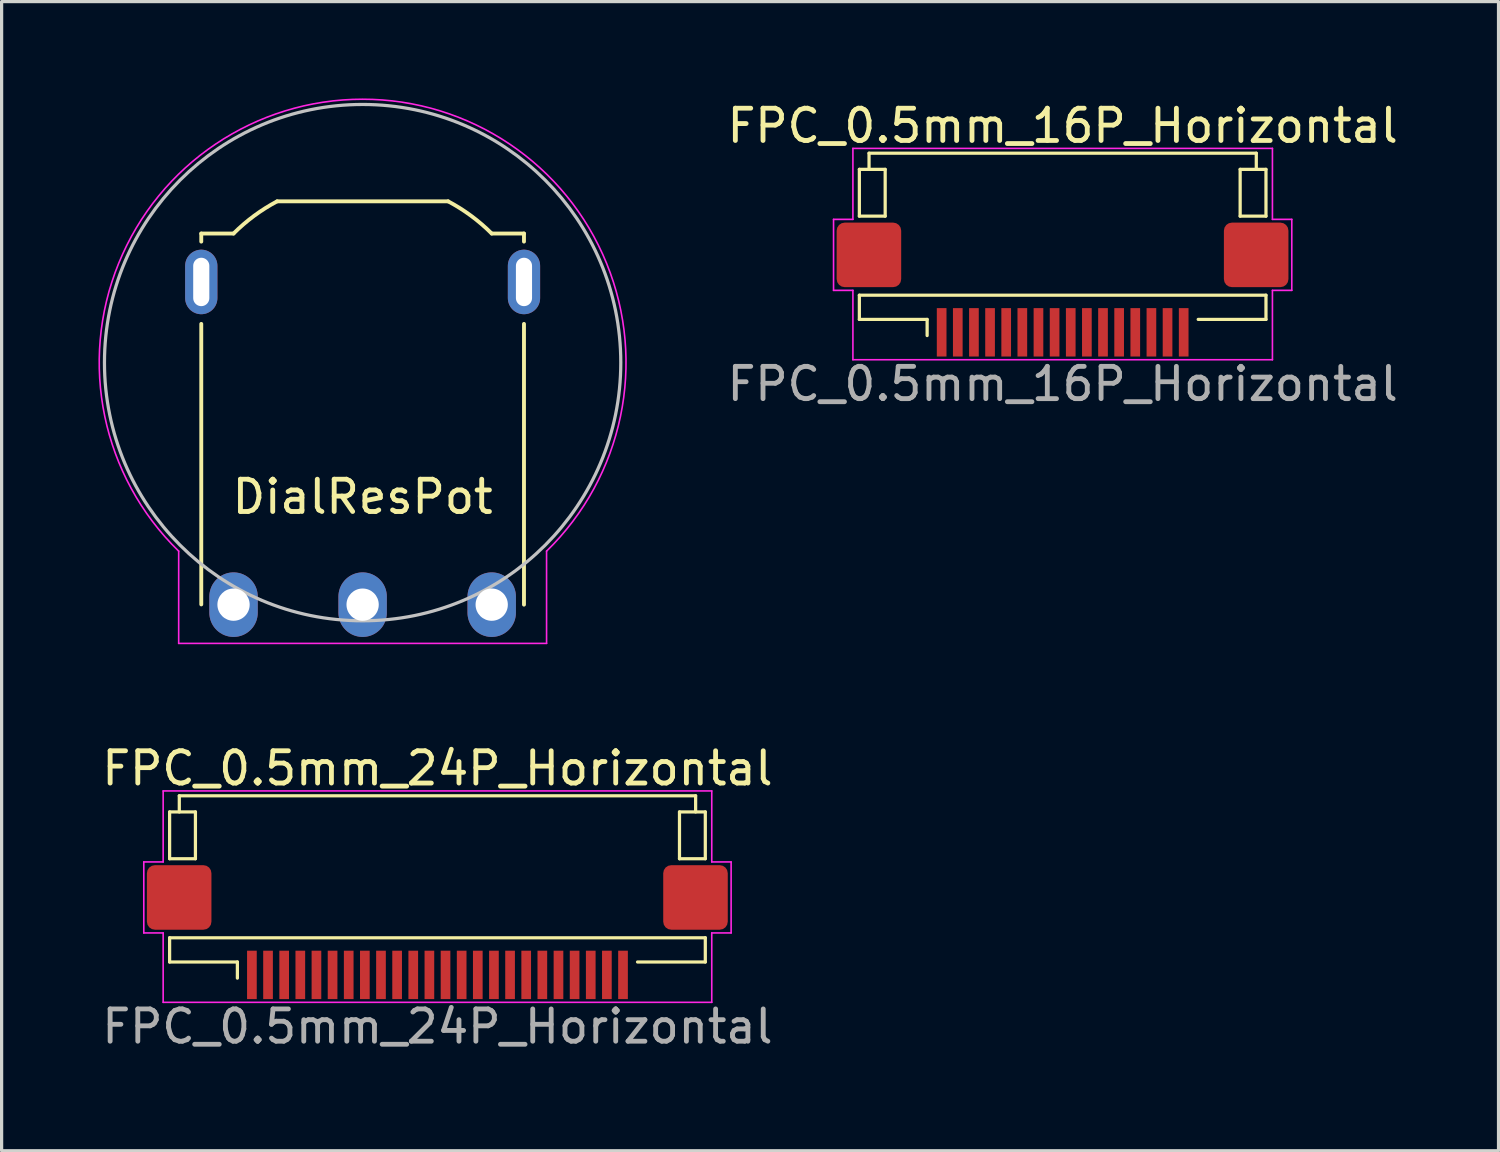
<source format=kicad_pcb>
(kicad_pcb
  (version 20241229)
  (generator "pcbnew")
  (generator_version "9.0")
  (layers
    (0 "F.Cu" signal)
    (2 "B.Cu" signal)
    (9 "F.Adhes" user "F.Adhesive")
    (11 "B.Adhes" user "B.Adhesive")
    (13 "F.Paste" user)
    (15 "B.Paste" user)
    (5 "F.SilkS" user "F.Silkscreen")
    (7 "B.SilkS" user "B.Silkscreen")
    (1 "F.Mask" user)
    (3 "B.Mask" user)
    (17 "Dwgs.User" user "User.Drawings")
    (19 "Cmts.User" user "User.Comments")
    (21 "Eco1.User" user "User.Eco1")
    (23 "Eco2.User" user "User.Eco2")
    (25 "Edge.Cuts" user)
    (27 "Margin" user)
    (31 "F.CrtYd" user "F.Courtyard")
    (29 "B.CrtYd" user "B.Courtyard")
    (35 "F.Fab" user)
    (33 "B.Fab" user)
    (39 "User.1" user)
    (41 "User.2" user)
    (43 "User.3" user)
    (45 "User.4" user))
  (footprint "DialResPot"
    (layer "F.Cu")
    (at 8.187 8.187)
    (property "Reference" "DialResPot" (at 0 4.158 0) (layer "F.SilkS") (effects (font (size 1 1) (thickness 0.15))))
    (attr smd)
    (fp_line (start -5 -4) (end -5 -3.75) (stroke (width 0.12) (type default)) (layer "F.SilkS"))
    (fp_line (start -5 7.493) (end -5 -1.2) (stroke (width 0.12) (type default)) (layer "F.SilkS"))
    (fp_line (start -4 -4) (end -5 -4) (stroke (width 0.12) (type default)) (layer "F.SilkS"))
    (fp_line (start 2.649 -4.998) (end -2.649 -4.998) (stroke (width 0.12) (type default)) (layer "F.SilkS"))
    (fp_line (start 4 -4) (end 5 -4) (stroke (width 0.12) (type default)) (layer "F.SilkS"))
    (fp_line (start 5 -4) (end 5 -3.75) (stroke (width 0.12) (type default)) (layer "F.SilkS"))
    (fp_line (start 5 7.5) (end 5 -1.2) (stroke (width 0.12) (type default)) (layer "F.SilkS"))
    (fp_arc (start -4 -4) (mid -3.361793 -4.549544) (end -2.649069 -4.998243) (stroke (width 0.12) (type default)) (layer "F.SilkS"))
    (fp_arc (start 2.649069 -4.998243) (mid 3.361793 -4.549544) (end 4 -4) (stroke (width 0.12) (type default)) (layer "F.SilkS"))
    (fp_circle (center 0 0) (end 8 0) (stroke (width 0.1) (type default)) (fill no) (layer "Dwgs.User"))
    (fp_line (start -5.7 5.842) (end -5.7 8.7) (stroke (width 0.05) (type default)) (layer "F.CrtYd"))
    (fp_line (start -5.7 8.7) (end 5.7 8.7) (stroke (width 0.05) (type default)) (layer "F.CrtYd"))
    (fp_line (start 5.7 8.7) (end 5.7 5.842) (stroke (width 0.05) (type default)) (layer "F.CrtYd"))
    (fp_arc (start -5.7 5.842) (mid 0 -8.162044) (end 5.7 5.842) (stroke (width 0.05) (type default)) (layer "F.CrtYd"))
    (pad "" thru_hole oval (at -5 -2.5) (size 1 2) (drill oval 0.5 1.5) (layers "*.Cu" "*.Mask"))
    (pad "" thru_hole oval (at 5 -2.5) (size 1 2) (drill oval 0.5 1.5) (layers "*.Cu" "*.Mask"))
    (pad "1" thru_hole oval (at -4 7.5) (size 1.5 2) (drill 1) (layers "*.Cu" "*.Mask"))
    (pad "2" thru_hole oval (at 0 7.5) (size 1.5 2) (drill 1) (layers "*.Cu" "*.Mask"))
    (pad "3" thru_hole oval (at 4 7.5) (size 1.5 2) (drill 1) (layers "*.Cu" "*.Mask")))
  (footprint "FPC_0.5mm_24P_Horizontal"
    (layer "F.Cu")
    (at 10.506 26.76)
    (property "Reference" "FPC_0.5mm_24P_Horizontal" (at 0 -6 0) (layer "F.SilkS") (effects (font (size 1 1) (thickness 0.15))))
    (attr smd)
    (fp_line (start -8.3 -4.65) (end -7.5 -4.65) (stroke (width 0.1) (type default)) (layer "F.SilkS"))
    (fp_line (start -8.3 -3.2) (end -8.3 -4.65) (stroke (width 0.1) (type solid)) (layer "F.SilkS"))
    (fp_line (start -8.3 -3.2) (end -7.5 -3.2) (stroke (width 0.1) (type default)) (layer "F.SilkS"))
    (fp_line (start -8.3 -0.75) (end 8.3 -0.75) (stroke (width 0.1) (type default)) (layer "F.SilkS"))
    (fp_line (start -8.3 0) (end -8.3 -0.75) (stroke (width 0.1) (type solid)) (layer "F.SilkS"))
    (fp_line (start -8 -5.15) (end -8 -4.65) (stroke (width 0.1) (type default)) (layer "F.SilkS"))
    (fp_line (start -7.5 -4.65) (end -7.5 -3.2) (stroke (width 0.1) (type default)) (layer "F.SilkS"))
    (fp_line (start -6.2 0) (end -8.3 0) (stroke (width 0.1) (type solid)) (layer "F.SilkS"))
    (fp_line (start -6.2 0) (end -6.2 0.5) (stroke (width 0.1) (type solid)) (layer "F.SilkS"))
    (fp_line (start 6.2 0) (end 8.3 0.000003) (stroke (width 0.1) (type solid)) (layer "F.SilkS"))
    (fp_line (start 7.5 -4.65) (end 8.3 -4.65) (stroke (width 0.1) (type default)) (layer "F.SilkS"))
    (fp_line (start 7.5 -3.2) (end 7.5 -4.65) (stroke (width 0.1) (type default)) (layer "F.SilkS"))
    (fp_line (start 7.5 -3.2) (end 8.3 -3.2) (stroke (width 0.1) (type default)) (layer "F.SilkS"))
    (fp_line (start 8 -5.15) (end -8 -5.15) (stroke (width 0.1) (type solid)) (layer "F.SilkS"))
    (fp_line (start 8 -5.15) (end 8 -4.65) (stroke (width 0.1) (type default)) (layer "F.SilkS"))
    (fp_line (start 8.3 -3.2) (end 8.3 -4.65) (stroke (width 0.1) (type solid)) (layer "F.SilkS"))
    (fp_line (start 8.3 0.000003) (end 8.3 -0.75) (stroke (width 0.1) (type solid)) (layer "F.SilkS"))
    (fp_line (start -9.1 -3.1) (end -9.1 -0.9) (stroke (width 0.05) (type default)) (layer "F.CrtYd"))
    (fp_line (start -9.1 -0.9) (end -8.5 -0.9) (stroke (width 0.05) (type default)) (layer "F.CrtYd"))
    (fp_line (start -8.5 -5.3) (end -8.5 -3.1) (stroke (width 0.05) (type default)) (layer "F.CrtYd"))
    (fp_line (start -8.5 -3.1) (end -9.1 -3.1) (stroke (width 0.05) (type default)) (layer "F.CrtYd"))
    (fp_line (start -8.5 -0.9) (end -8.5 1.25) (stroke (width 0.05) (type default)) (layer "F.CrtYd"))
    (fp_line (start -8.5 1.25) (end 8.5 1.25) (stroke (width 0.05) (type solid)) (layer "F.CrtYd"))
    (fp_line (start 8.5 -5.3) (end -8.5 -5.3) (stroke (width 0.05) (type solid)) (layer "F.CrtYd"))
    (fp_line (start 8.5 -5.3) (end 8.5 -3.1) (stroke (width 0.05) (type default)) (layer "F.CrtYd"))
    (fp_line (start 8.5 -3.1) (end 9.1 -3.1) (stroke (width 0.05) (type default)) (layer "F.CrtYd"))
    (fp_line (start 8.5 -0.9) (end 8.5 1.25) (stroke (width 0.05) (type default)) (layer "F.CrtYd"))
    (fp_line (start 9.1 -3.1) (end 9.1 -0.9) (stroke (width 0.05) (type default)) (layer "F.CrtYd"))
    (fp_line (start 9.1 -0.9) (end 8.5 -0.9) (stroke (width 0.05) (type default)) (layer "F.CrtYd"))
    (fp_text user "${REFERENCE}" (at 0 2 180) (layer "F.Fab") (effects (font (size 1 1) (thickness 0.15))))
    (pad "1" smd rect (at -5.75 0.4 180) (size 0.3 1.5) (layers "F.Cu" "F.Mask" "F.Paste"))
    (pad "2" smd rect (at -5.25 0.4 180) (size 0.3 1.5) (layers "F.Cu" "F.Mask" "F.Paste"))
    (pad "3" smd rect (at -4.75 0.4 180) (size 0.3 1.5) (layers "F.Cu" "F.Mask" "F.Paste"))
    (pad "4" smd rect (at -4.25 0.4 180) (size 0.3 1.5) (layers "F.Cu" "F.Mask" "F.Paste"))
    (pad "5" smd rect (at -3.75 0.4 180) (size 0.3 1.5) (layers "F.Cu" "F.Mask" "F.Paste"))
    (pad "6" smd rect (at -3.25 0.4 180) (size 0.3 1.5) (layers "F.Cu" "F.Mask" "F.Paste"))
    (pad "7" smd rect (at -2.75 0.4 180) (size 0.3 1.5) (layers "F.Cu" "F.Mask" "F.Paste"))
    (pad "8" smd rect (at -2.25 0.4 180) (size 0.3 1.5) (layers "F.Cu" "F.Mask" "F.Paste"))
    (pad "9" smd rect (at -1.75 0.4 180) (size 0.3 1.5) (layers "F.Cu" "F.Mask" "F.Paste"))
    (pad "10" smd rect (at -1.25 0.4 180) (size 0.3 1.5) (layers "F.Cu" "F.Mask" "F.Paste"))
    (pad "11" smd rect (at -0.75 0.4 180) (size 0.3 1.5) (layers "F.Cu" "F.Mask" "F.Paste"))
    (pad "12" smd rect (at -0.25 0.4 180) (size 0.3 1.5) (layers "F.Cu" "F.Mask" "F.Paste"))
    (pad "13" smd rect (at 0.25 0.4 180) (size 0.3 1.5) (layers "F.Cu" "F.Mask" "F.Paste"))
    (pad "14" smd rect (at 0.75 0.4 180) (size 0.3 1.5) (layers "F.Cu" "F.Mask" "F.Paste"))
    (pad "15" smd rect (at 1.25 0.4 180) (size 0.3 1.5) (layers "F.Cu" "F.Mask" "F.Paste"))
    (pad "16" smd rect (at 1.75 0.4 180) (size 0.3 1.5) (layers "F.Cu" "F.Mask" "F.Paste"))
    (pad "17" smd rect (at 2.25 0.4 180) (size 0.3 1.5) (layers "F.Cu" "F.Mask" "F.Paste"))
    (pad "18" smd rect (at 2.75 0.4 180) (size 0.3 1.5) (layers "F.Cu" "F.Mask" "F.Paste"))
    (pad "19" smd rect (at 3.25 0.4 180) (size 0.3 1.5) (layers "F.Cu" "F.Mask" "F.Paste"))
    (pad "20" smd rect (at 3.75 0.4 180) (size 0.3 1.5) (layers "F.Cu" "F.Mask" "F.Paste"))
    (pad "21" smd rect (at 4.25 0.4 180) (size 0.3 1.5) (layers "F.Cu" "F.Mask" "F.Paste"))
    (pad "22" smd rect (at 4.75 0.4 180) (size 0.3 1.5) (layers "F.Cu" "F.Mask" "F.Paste"))
    (pad "23" smd rect (at 5.25 0.4 180) (size 0.3 1.5) (layers "F.Cu" "F.Mask" "F.Paste"))
    (pad "24" smd rect (at 5.75 0.4 180) (size 0.3 1.5) (layers "F.Cu" "F.Mask" "F.Paste"))
    (pad "MP" smd roundrect (at -8.004 -2 270) (size 2 2) (layers "F.Cu" "F.Mask" "F.Paste") (roundrect_rratio 0.125))
    (pad "MP" smd roundrect (at 7.996 -2 180) (size 2 2) (layers "F.Cu" "F.Mask" "F.Paste") (roundrect_rratio 0.125)))
  (footprint "FPC_0.5mm_16P_Horizontal"
    (layer "F.Cu")
    (at 29.88 6.848)
    (property "Reference" "FPC_0.5mm_16P_Horizontal" (at 0 -6 0) (layer "F.SilkS") (effects (font (size 1 1) (thickness 0.15))))
    (attr smd)
    (fp_line (start -6.3 -4.65) (end -5.5 -4.65) (stroke (width 0.1) (type default)) (layer "F.SilkS"))
    (fp_line (start -6.3 -3.2) (end -6.3 -4.65) (stroke (width 0.1) (type solid)) (layer "F.SilkS"))
    (fp_line (start -6.3 -3.2) (end -5.5 -3.2) (stroke (width 0.1) (type default)) (layer "F.SilkS"))
    (fp_line (start -6.3 -0.75) (end 6.3 -0.75) (stroke (width 0.1) (type default)) (layer "F.SilkS"))
    (fp_line (start -6.3 0) (end -6.3 -0.75) (stroke (width 0.1) (type solid)) (layer "F.SilkS"))
    (fp_line (start -6 -5.15) (end -6 -4.65) (stroke (width 0.1) (type default)) (layer "F.SilkS"))
    (fp_line (start -5.5 -4.65) (end -5.5 -3.2) (stroke (width 0.1) (type default)) (layer "F.SilkS"))
    (fp_line (start -4.2 0) (end -6.3 0) (stroke (width 0.1) (type solid)) (layer "F.SilkS"))
    (fp_line (start -4.2 0) (end -4.2 0.5) (stroke (width 0.1) (type solid)) (layer "F.SilkS"))
    (fp_line (start 4.2 0) (end 6.3 0.000003) (stroke (width 0.1) (type solid)) (layer "F.SilkS"))
    (fp_line (start 5.5 -4.65) (end 6.3 -4.65) (stroke (width 0.1) (type default)) (layer "F.SilkS"))
    (fp_line (start 5.5 -3.2) (end 5.5 -4.65) (stroke (width 0.1) (type default)) (layer "F.SilkS"))
    (fp_line (start 5.5 -3.2) (end 6.3 -3.2) (stroke (width 0.1) (type default)) (layer "F.SilkS"))
    (fp_line (start 6 -5.15) (end -6 -5.15) (stroke (width 0.1) (type solid)) (layer "F.SilkS"))
    (fp_line (start 6 -5.15) (end 6 -4.65) (stroke (width 0.1) (type default)) (layer "F.SilkS"))
    (fp_line (start 6.3 -3.2) (end 6.3 -4.65) (stroke (width 0.1) (type solid)) (layer "F.SilkS"))
    (fp_line (start 6.3 0.000003) (end 6.3 -0.75) (stroke (width 0.1) (type solid)) (layer "F.SilkS"))
    (fp_line (start -7.1 -3.1) (end -7.1 -0.9) (stroke (width 0.05) (type default)) (layer "F.CrtYd"))
    (fp_line (start -7.1 -0.9) (end -6.5 -0.9) (stroke (width 0.05) (type default)) (layer "F.CrtYd"))
    (fp_line (start -6.5 -5.3) (end -6.5 -3.1) (stroke (width 0.05) (type default)) (layer "F.CrtYd"))
    (fp_line (start -6.5 -3.1) (end -7.1 -3.1) (stroke (width 0.05) (type default)) (layer "F.CrtYd"))
    (fp_line (start -6.5 -0.9) (end -6.5 1.25) (stroke (width 0.05) (type default)) (layer "F.CrtYd"))
    (fp_line (start -6.5 1.25) (end 6.5 1.25) (stroke (width 0.05) (type solid)) (layer "F.CrtYd"))
    (fp_line (start 6.5 -5.3) (end -6.5 -5.3) (stroke (width 0.05) (type solid)) (layer "F.CrtYd"))
    (fp_line (start 6.5 -5.3) (end 6.5 -3.1) (stroke (width 0.05) (type default)) (layer "F.CrtYd"))
    (fp_line (start 6.5 -3.1) (end 7.1 -3.1) (stroke (width 0.05) (type default)) (layer "F.CrtYd"))
    (fp_line (start 6.5 -0.9) (end 6.5 1.25) (stroke (width 0.05) (type default)) (layer "F.CrtYd"))
    (fp_line (start 7.1 -3.1) (end 7.1 -0.9) (stroke (width 0.05) (type default)) (layer "F.CrtYd"))
    (fp_line (start 7.1 -0.9) (end 6.5 -0.9) (stroke (width 0.05) (type default)) (layer "F.CrtYd"))
    (fp_text user "${REFERENCE}" (at 0 2 180) (layer "F.Fab") (effects (font (size 1 1) (thickness 0.15))))
    (pad "1" smd rect (at -3.75 0.4 180) (size 0.3 1.5) (layers "F.Cu" "F.Mask" "F.Paste"))
    (pad "2" smd rect (at -3.25 0.4 180) (size 0.3 1.5) (layers "F.Cu" "F.Mask" "F.Paste"))
    (pad "3" smd rect (at -2.75 0.4 180) (size 0.3 1.5) (layers "F.Cu" "F.Mask" "F.Paste"))
    (pad "4" smd rect (at -2.25 0.4 180) (size 0.3 1.5) (layers "F.Cu" "F.Mask" "F.Paste"))
    (pad "5" smd rect (at -1.75 0.4 180) (size 0.3 1.5) (layers "F.Cu" "F.Mask" "F.Paste"))
    (pad "6" smd rect (at -1.25 0.4 180) (size 0.3 1.5) (layers "F.Cu" "F.Mask" "F.Paste"))
    (pad "7" smd rect (at -0.75 0.4 180) (size 0.3 1.5) (layers "F.Cu" "F.Mask" "F.Paste"))
    (pad "8" smd rect (at -0.25 0.4 180) (size 0.3 1.5) (layers "F.Cu" "F.Mask" "F.Paste"))
    (pad "9" smd rect (at 0.25 0.4 180) (size 0.3 1.5) (layers "F.Cu" "F.Mask" "F.Paste"))
    (pad "10" smd rect (at 0.75 0.4 180) (size 0.3 1.5) (layers "F.Cu" "F.Mask" "F.Paste"))
    (pad "11" smd rect (at 1.25 0.4 180) (size 0.3 1.5) (layers "F.Cu" "F.Mask" "F.Paste"))
    (pad "12" smd rect (at 1.75 0.4 180) (size 0.3 1.5) (layers "F.Cu" "F.Mask" "F.Paste"))
    (pad "13" smd rect (at 2.25 0.4 180) (size 0.3 1.5) (layers "F.Cu" "F.Mask" "F.Paste"))
    (pad "14" smd rect (at 2.75 0.4 180) (size 0.3 1.5) (layers "F.Cu" "F.Mask" "F.Paste"))
    (pad "15" smd rect (at 3.25 0.4 180) (size 0.3 1.5) (layers "F.Cu" "F.Mask" "F.Paste"))
    (pad "16" smd rect (at 3.75 0.4 180) (size 0.3 1.5) (layers "F.Cu" "F.Mask" "F.Paste"))
    (pad "MP" smd roundrect (at -6.004 -2 270) (size 2 2) (layers "F.Cu" "F.Mask" "F.Paste") (roundrect_rratio 0.125))
    (pad "MP" smd roundrect (at 5.996 -2 180) (size 2 2) (layers "F.Cu" "F.Mask" "F.Paste") (roundrect_rratio 0.125)))
  (gr_rect
    (start -3 -3)
    (end 43.386 32.609)
    (stroke (width 0.1) (type default))
    (fill no)
    (layer "Edge.Cuts")))
</source>
